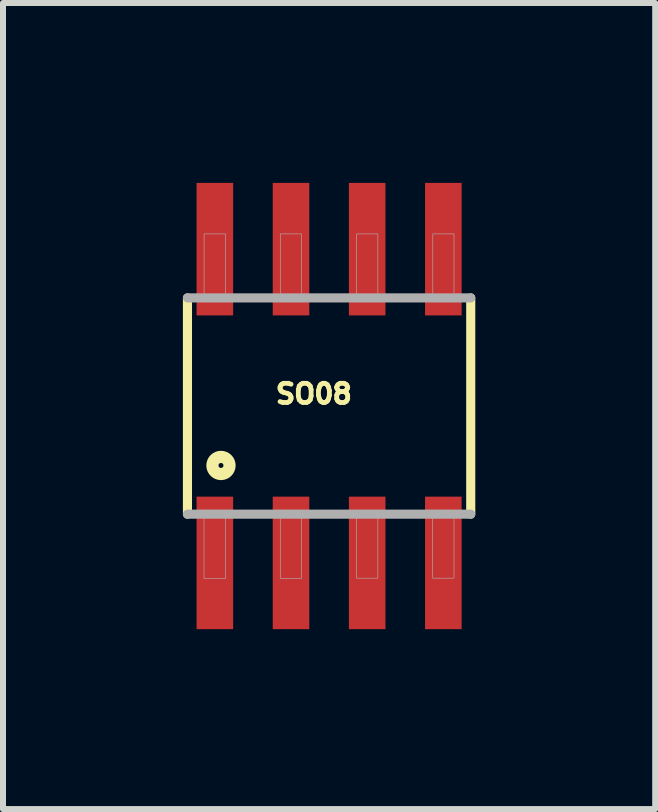
<source format=kicad_pcb>
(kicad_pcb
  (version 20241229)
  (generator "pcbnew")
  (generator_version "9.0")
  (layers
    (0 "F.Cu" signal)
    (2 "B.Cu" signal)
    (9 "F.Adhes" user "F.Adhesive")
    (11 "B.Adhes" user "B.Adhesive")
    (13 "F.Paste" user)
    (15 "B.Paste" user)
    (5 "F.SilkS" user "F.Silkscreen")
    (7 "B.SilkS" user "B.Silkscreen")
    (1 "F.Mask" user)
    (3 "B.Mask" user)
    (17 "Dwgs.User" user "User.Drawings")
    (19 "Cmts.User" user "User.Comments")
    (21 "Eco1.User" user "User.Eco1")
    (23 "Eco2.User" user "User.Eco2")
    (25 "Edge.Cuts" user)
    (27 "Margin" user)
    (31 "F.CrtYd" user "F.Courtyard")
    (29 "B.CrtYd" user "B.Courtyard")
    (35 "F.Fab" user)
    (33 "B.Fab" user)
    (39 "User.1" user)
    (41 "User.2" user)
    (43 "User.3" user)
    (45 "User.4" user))
  (footprint "SO08"
    (layer "F.Cu")
    (at 2.438 3.721)
    (property "Reference" "SO08" (at -0.254 -0.203 0) (layer "F.SilkS") (effects (font (size 0.32 0.32) (thickness 0.15))))
    (attr smd)
    (fp_line (start -2.362 -1.803) (end -2.362 1.803) (stroke (width 0.152) (type solid)) (layer "F.SilkS"))
    (fp_line (start 2.362 1.803) (end 2.362 -1.803) (stroke (width 0.152) (type solid)) (layer "F.SilkS"))
    (fp_circle (center -1.803 0.991) (end -1.66 0.991) (stroke (width 0.203) (type solid)) (fill no) (layer "F.SilkS"))
    (fp_line (start -2.362 1.803) (end 2.362 1.803) (stroke (width 0.152) (type solid)) (layer "F.Fab"))
    (fp_line (start 2.362 -1.803) (end -2.362 -1.803) (stroke (width 0.152) (type solid)) (layer "F.Fab"))
    (fp_poly (pts (xy -2.086 1.854) (xy -1.727 1.854) (xy -1.727 2.875) (xy -2.086 2.875)) (stroke (width 0.01) (type solid)) (fill no) (layer "F.Fab"))
    (fp_poly (pts (xy -2.085 -2.87) (xy -1.727 -2.87) (xy -1.727 -1.857) (xy -2.085 -1.857)) (stroke (width 0.01) (type solid)) (fill no) (layer "F.Fab"))
    (fp_poly (pts (xy -0.814 1.854) (xy -0.457 1.854) (xy -0.457 2.874) (xy -0.814 2.874)) (stroke (width 0.01) (type solid)) (fill no) (layer "F.Fab"))
    (fp_poly (pts (xy -0.814 -2.87) (xy -0.457 -2.87) (xy -0.457 -1.857) (xy -0.814 -1.857)) (stroke (width 0.01) (type solid)) (fill no) (layer "F.Fab"))
    (fp_poly (pts (xy 0.457 1.854) (xy 0.813 1.854) (xy 0.813 2.871) (xy 0.457 2.871)) (stroke (width 0.01) (type solid)) (fill no) (layer "F.Fab"))
    (fp_poly (pts (xy 0.458 -2.87) (xy 0.813 -2.87) (xy 0.813 -1.856) (xy 0.458 -1.856)) (stroke (width 0.01) (type solid)) (fill no) (layer "F.Fab"))
    (fp_poly (pts (xy 1.727 1.854) (xy 2.083 1.854) (xy 2.083 2.87) (xy 1.727 2.87)) (stroke (width 0.01) (type solid)) (fill no) (layer "F.Fab"))
    (fp_poly (pts (xy 1.729 -2.87) (xy 2.083 -2.87) (xy 2.083 -1.856) (xy 1.729 -1.856)) (stroke (width 0.01) (type solid)) (fill no) (layer "F.Fab"))
    (pad "1" smd rect (at -1.905 2.616) (size 0.61 2.21) (layers "F.Cu" "F.Mask" "F.Paste"))
    (pad "2" smd rect (at -0.635 2.616) (size 0.61 2.21) (layers "F.Cu" "F.Mask" "F.Paste"))
    (pad "3" smd rect (at 0.635 2.616) (size 0.61 2.21) (layers "F.Cu" "F.Mask" "F.Paste"))
    (pad "4" smd rect (at 1.905 2.616) (size 0.61 2.21) (layers "F.Cu" "F.Mask" "F.Paste"))
    (pad "5" smd rect (at 1.905 -2.616) (size 0.61 2.21) (layers "F.Cu" "F.Mask" "F.Paste"))
    (pad "6" smd rect (at 0.635 -2.616) (size 0.61 2.21) (layers "F.Cu" "F.Mask" "F.Paste"))
    (pad "7" smd rect (at -0.635 -2.616) (size 0.61 2.21) (layers "F.Cu" "F.Mask" "F.Paste"))
    (pad "8" smd rect (at -1.905 -2.616) (size 0.61 2.21) (layers "F.Cu" "F.Mask" "F.Paste")))
  (gr_rect
    (start -3 -3)
    (end 7.876 10.442)
    (stroke (width 0.1) (type default))
    (fill no)
    (layer "Edge.Cuts")))
</source>
